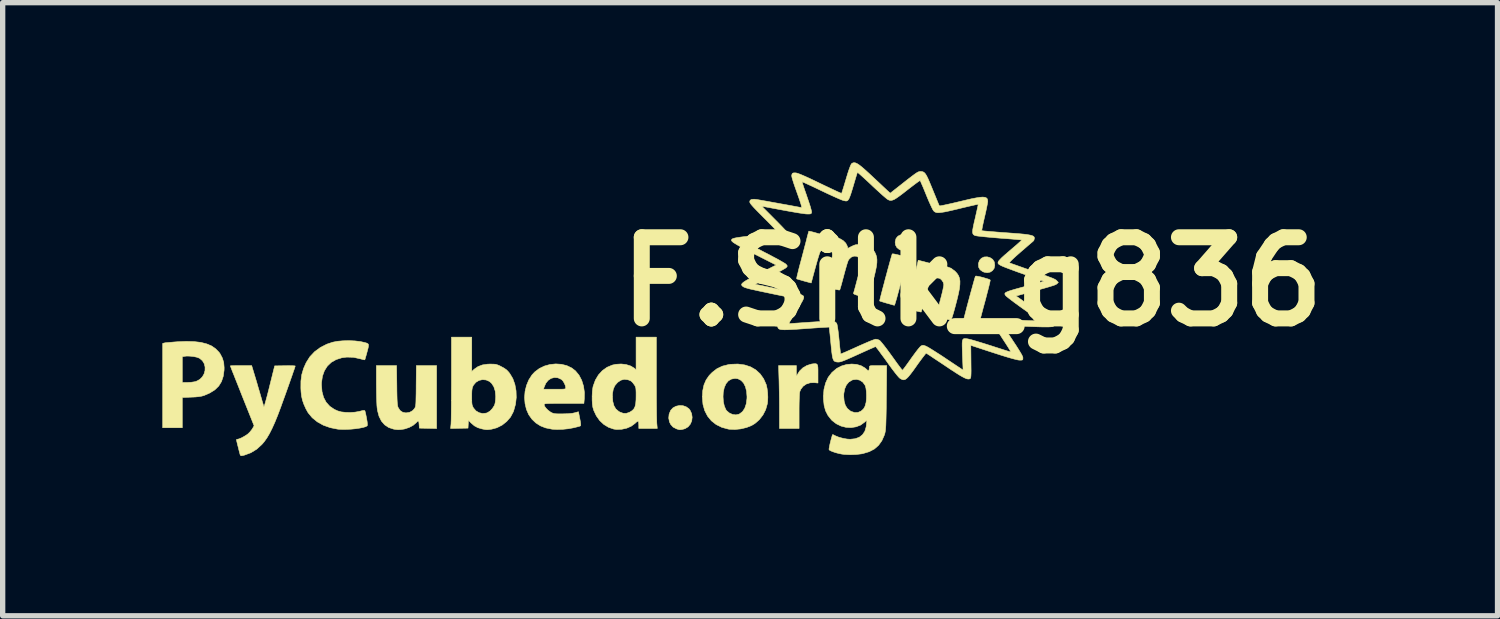
<source format=kicad_pcb>
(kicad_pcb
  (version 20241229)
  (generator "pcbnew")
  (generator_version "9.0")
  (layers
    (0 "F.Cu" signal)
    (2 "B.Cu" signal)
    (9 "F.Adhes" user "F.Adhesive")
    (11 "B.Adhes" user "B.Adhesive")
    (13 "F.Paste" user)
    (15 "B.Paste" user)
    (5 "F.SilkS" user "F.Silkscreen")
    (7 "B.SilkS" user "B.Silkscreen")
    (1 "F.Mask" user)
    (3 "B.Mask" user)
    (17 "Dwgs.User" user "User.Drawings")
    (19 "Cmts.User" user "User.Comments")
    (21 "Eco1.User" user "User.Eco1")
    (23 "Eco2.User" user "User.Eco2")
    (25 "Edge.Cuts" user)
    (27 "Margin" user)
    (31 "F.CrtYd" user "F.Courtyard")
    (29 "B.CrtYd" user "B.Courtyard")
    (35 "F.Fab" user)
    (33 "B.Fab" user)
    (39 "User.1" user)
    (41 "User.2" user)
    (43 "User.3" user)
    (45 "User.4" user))
  (footprint "F.Silk_g836"
    (layer "F.Cu")
    (at 15.207 2.24)
    (property "Reference" "F.Silk_g836" (at 0 0 0) (layer "F.SilkS") (effects (font (size 1.524 1.524) (thickness 0.3))))
    (attr through_hole)
    (fp_poly (pts (xy -1.242 -0.877) (xy -1.194 -0.852) (xy -1.157 -0.811) (xy -1.148 -0.792) (xy -1.135 -0.734) (xy -1.143 -0.681) (xy -1.17 -0.637) (xy -1.21 -0.605) (xy -1.261 -0.588) (xy -1.319 -0.588) (xy -1.369 -0.605) (xy -1.413 -0.64) (xy -1.44 -0.689) (xy -1.447 -0.745) (xy -1.433 -0.803) (xy -1.429 -0.813) (xy -1.394 -0.855) (xy -1.348 -0.879) (xy -1.295 -0.887) (xy -1.242 -0.877)) (stroke (width 0.01) (type solid)) (fill yes) (layer "F.SilkS"))
    (fp_poly (pts (xy 0.333 -0.453) (xy 0.384 -0.42) (xy 0.415 -0.371) (xy 0.424 -0.309) (xy 0.424 -0.308) (xy 0.412 -0.251) (xy 0.381 -0.208) (xy 0.337 -0.18) (xy 0.282 -0.169) (xy 0.223 -0.179) (xy 0.195 -0.191) (xy 0.147 -0.226) (xy 0.121 -0.272) (xy 0.117 -0.333) (xy 0.118 -0.345) (xy 0.137 -0.4) (xy 0.173 -0.44) (xy 0.222 -0.464) (xy 0.28 -0.467) (xy 0.333 -0.453)) (stroke (width 0.01) (type solid)) (fill yes) (layer "F.SilkS"))
    (fp_poly (pts (xy -5.433 2.328) (xy -5.372 2.349) (xy -5.32 2.386) (xy -5.3 2.411) (xy -5.269 2.477) (xy -5.259 2.546) (xy -5.267 2.613) (xy -5.293 2.674) (xy -5.335 2.725) (xy -5.391 2.759) (xy -5.416 2.767) (xy -5.459 2.777) (xy -5.49 2.78) (xy -5.52 2.774) (xy -5.554 2.763) (xy -5.617 2.73) (xy -5.662 2.68) (xy -5.685 2.633) (xy -5.699 2.562) (xy -5.692 2.488) (xy -5.664 2.42) (xy -5.663 2.417) (xy -5.62 2.37) (xy -5.563 2.339) (xy -5.499 2.325) (xy -5.433 2.328)) (stroke (width 0.01) (type solid)) (fill yes) (layer "F.SilkS"))
    (fp_poly (pts (xy -2.916 1.549) (xy -2.904 1.569) (xy -2.898 1.604) (xy -2.896 1.659) (xy -2.896 1.728) (xy -2.896 1.903) (xy -2.965 1.896) (xy -3.045 1.899) (xy -3.116 1.922) (xy -3.176 1.964) (xy -3.219 2.021) (xy -3.238 2.067) (xy -3.242 2.094) (xy -3.245 2.143) (xy -3.248 2.21) (xy -3.25 2.291) (xy -3.251 2.384) (xy -3.251 2.435) (xy -3.251 2.756) (xy -3.619 2.756) (xy -3.62 2.423) (xy -3.62 2.314) (xy -3.621 2.196) (xy -3.623 2.077) (xy -3.625 1.965) (xy -3.627 1.867) (xy -3.628 1.832) (xy -3.636 1.575) (xy -3.302 1.575) (xy -3.302 1.68) (xy -3.301 1.73) (xy -3.3 1.758) (xy -3.296 1.767) (xy -3.29 1.759) (xy -3.284 1.745) (xy -3.241 1.677) (xy -3.18 1.618) (xy -3.105 1.574) (xy -3.024 1.548) (xy -3.009 1.545) (xy -2.966 1.54) (xy -2.936 1.54) (xy -2.916 1.549)) (stroke (width 0.01) (type solid)) (fill yes) (layer "F.SilkS"))
    (fp_poly (pts (xy 0.111 -0.1) (xy 0.156 -0.091) (xy 0.207 -0.078) (xy 0.256 -0.063) (xy 0.299 -0.05) (xy 0.329 -0.038) (xy 0.339 -0.03) (xy 0.337 -0.015) (xy 0.329 0.022) (xy 0.316 0.077) (xy 0.298 0.149) (xy 0.276 0.233) (xy 0.252 0.327) (xy 0.229 0.411) (xy 0.202 0.51) (xy 0.178 0.602) (xy 0.156 0.684) (xy 0.138 0.751) (xy 0.125 0.802) (xy 0.117 0.834) (xy 0.114 0.844) (xy 0.103 0.85) (xy 0.068 0.847) (xy 0.01 0.834) (xy -0.057 0.817) (xy -0.107 0.802) (xy -0.147 0.79) (xy -0.171 0.783) (xy -0.176 0.781) (xy -0.174 0.768) (xy -0.166 0.734) (xy -0.153 0.682) (xy -0.136 0.616) (xy -0.116 0.539) (xy -0.094 0.454) (xy -0.07 0.365) (xy -0.046 0.274) (xy -0.022 0.187) (xy 0.001 0.104) (xy 0.021 0.031) (xy 0.038 -0.029) (xy 0.051 -0.074) (xy 0.06 -0.1) (xy 0.062 -0.104) (xy 0.077 -0.106) (xy 0.111 -0.1)) (stroke (width 0.01) (type solid)) (fill yes) (layer "F.SilkS"))
    (fp_poly (pts (xy -1.453 -0.518) (xy -1.409 -0.508) (xy -1.358 -0.496) (xy -1.309 -0.483) (xy -1.265 -0.47) (xy -1.235 -0.46) (xy -1.224 -0.454) (xy -1.226 -0.44) (xy -1.233 -0.406) (xy -1.245 -0.354) (xy -1.261 -0.287) (xy -1.281 -0.209) (xy -1.302 -0.124) (xy -1.326 -0.034) (xy -1.35 0.056) (xy -1.373 0.145) (xy -1.396 0.228) (xy -1.416 0.302) (xy -1.434 0.364) (xy -1.448 0.41) (xy -1.457 0.437) (xy -1.46 0.443) (xy -1.474 0.44) (xy -1.508 0.431) (xy -1.555 0.417) (xy -1.6 0.405) (xy -1.654 0.389) (xy -1.699 0.375) (xy -1.728 0.366) (xy -1.738 0.362) (xy -1.736 0.349) (xy -1.728 0.315) (xy -1.715 0.263) (xy -1.698 0.197) (xy -1.678 0.12) (xy -1.655 0.035) (xy -1.632 -0.054) (xy -1.607 -0.145) (xy -1.584 -0.232) (xy -1.561 -0.315) (xy -1.541 -0.388) (xy -1.524 -0.448) (xy -1.511 -0.493) (xy -1.503 -0.519) (xy -1.5 -0.523) (xy -1.486 -0.523) (xy -1.453 -0.518)) (stroke (width 0.01) (type solid)) (fill yes) (layer "F.SilkS"))
    (fp_poly (pts (xy -14.611 1.125) (xy -14.484 1.14) (xy -14.375 1.168) (xy -14.283 1.207) (xy -14.207 1.26) (xy -14.144 1.325) (xy -14.125 1.351) (xy -14.082 1.432) (xy -14.056 1.517) (xy -14.048 1.614) (xy -14.049 1.662) (xy -14.065 1.777) (xy -14.098 1.876) (xy -14.15 1.96) (xy -14.223 2.031) (xy -14.318 2.09) (xy -14.423 2.136) (xy -14.468 2.149) (xy -14.522 2.158) (xy -14.591 2.165) (xy -14.665 2.168) (xy -14.834 2.175) (xy -14.834 2.743) (xy -15.202 2.743) (xy -15.202 1.41) (xy -14.834 1.41) (xy -14.834 1.892) (xy -14.734 1.892) (xy -14.669 1.889) (xy -14.608 1.88) (xy -14.575 1.872) (xy -14.509 1.838) (xy -14.459 1.79) (xy -14.425 1.732) (xy -14.407 1.668) (xy -14.406 1.602) (xy -14.422 1.539) (xy -14.456 1.483) (xy -14.508 1.439) (xy -14.521 1.433) (xy -14.565 1.417) (xy -14.624 1.405) (xy -14.69 1.398) (xy -14.751 1.396) (xy -14.799 1.402) (xy -14.801 1.402) (xy -14.834 1.41) (xy -15.202 1.41) (xy -15.202 1.159) (xy -15.173 1.151) (xy -15.152 1.147) (xy -15.109 1.143) (xy -15.051 1.138) (xy -14.982 1.132) (xy -14.927 1.128) (xy -14.758 1.121) (xy -14.611 1.125)) (stroke (width 0.01) (type solid)) (fill yes) (layer "F.SilkS"))
    (fp_poly (pts (xy -10.805 1.946) (xy -10.804 2.058) (xy -10.802 2.147) (xy -10.8 2.216) (xy -10.797 2.269) (xy -10.793 2.308) (xy -10.789 2.336) (xy -10.783 2.356) (xy -10.78 2.363) (xy -10.744 2.419) (xy -10.695 2.452) (xy -10.634 2.464) (xy -10.634 2.464) (xy -10.565 2.453) (xy -10.509 2.422) (xy -10.475 2.385) (xy -10.467 2.372) (xy -10.46 2.359) (xy -10.455 2.343) (xy -10.451 2.32) (xy -10.448 2.287) (xy -10.446 2.243) (xy -10.445 2.182) (xy -10.443 2.104) (xy -10.442 2.004) (xy -10.442 1.959) (xy -10.438 1.575) (xy -10.058 1.575) (xy -10.058 2.757) (xy -10.382 2.75) (xy -10.386 2.692) (xy -10.39 2.645) (xy -10.396 2.62) (xy -10.408 2.616) (xy -10.426 2.632) (xy -10.438 2.645) (xy -10.496 2.695) (xy -10.571 2.736) (xy -10.655 2.764) (xy -10.674 2.768) (xy -10.734 2.777) (xy -10.783 2.779) (xy -10.833 2.774) (xy -10.867 2.768) (xy -10.958 2.738) (xy -11.033 2.688) (xy -11.094 2.618) (xy -11.139 2.528) (xy -11.168 2.419) (xy -11.175 2.368) (xy -11.179 2.324) (xy -11.182 2.259) (xy -11.185 2.179) (xy -11.187 2.088) (xy -11.188 1.991) (xy -11.189 1.915) (xy -11.189 1.575) (xy -10.81 1.575) (xy -10.805 1.946)) (stroke (width 0.01) (type solid)) (fill yes) (layer "F.SilkS"))
    (fp_poly (pts (xy -4.275 1.563) (xy -4.163 1.599) (xy -4.065 1.655) (xy -3.983 1.73) (xy -3.917 1.823) (xy -3.868 1.933) (xy -3.866 1.941) (xy -3.852 2.005) (xy -3.842 2.083) (xy -3.838 2.167) (xy -3.841 2.244) (xy -3.847 2.292) (xy -3.878 2.402) (xy -3.93 2.503) (xy -3.999 2.592) (xy -4.082 2.664) (xy -4.14 2.699) (xy -4.237 2.738) (xy -4.346 2.764) (xy -4.456 2.775) (xy -4.559 2.771) (xy -4.58 2.768) (xy -4.702 2.735) (xy -4.809 2.682) (xy -4.898 2.612) (xy -4.97 2.524) (xy -5.023 2.421) (xy -5.056 2.304) (xy -5.067 2.174) (xy -5.067 2.168) (xy -5.067 2.159) (xy -4.679 2.159) (xy -4.673 2.254) (xy -4.655 2.335) (xy -4.627 2.4) (xy -4.612 2.422) (xy -4.56 2.466) (xy -4.5 2.493) (xy -4.437 2.501) (xy -4.377 2.487) (xy -4.37 2.483) (xy -4.313 2.44) (xy -4.271 2.377) (xy -4.243 2.294) (xy -4.23 2.195) (xy -4.229 2.159) (xy -4.237 2.057) (xy -4.259 1.971) (xy -4.294 1.902) (xy -4.341 1.853) (xy -4.399 1.823) (xy -4.452 1.816) (xy -4.52 1.828) (xy -4.578 1.861) (xy -4.623 1.915) (xy -4.656 1.988) (xy -4.675 2.078) (xy -4.679 2.159) (xy -5.067 2.159) (xy -5.06 2.045) (xy -5.037 1.938) (xy -4.997 1.845) (xy -4.938 1.76) (xy -4.882 1.703) (xy -4.793 1.634) (xy -4.692 1.586) (xy -4.578 1.557) (xy -4.537 1.551) (xy -4.4 1.546) (xy -4.275 1.563)) (stroke (width 0.01) (type solid)) (fill yes) (layer "F.SilkS"))
    (fp_poly (pts (xy -13.463 1.8) (xy -13.437 1.886) (xy -13.411 1.977) (xy -13.385 2.064) (xy -13.363 2.14) (xy -13.352 2.178) (xy -13.335 2.238) (xy -13.319 2.29) (xy -13.308 2.329) (xy -13.302 2.349) (xy -13.302 2.349) (xy -13.297 2.342) (xy -13.287 2.313) (xy -13.273 2.265) (xy -13.255 2.2) (xy -13.234 2.122) (xy -13.211 2.032) (xy -13.197 1.975) (xy -13.099 1.581) (xy -12.906 1.578) (xy -12.839 1.577) (xy -12.782 1.578) (xy -12.74 1.579) (xy -12.716 1.582) (xy -12.713 1.583) (xy -12.717 1.598) (xy -12.728 1.633) (xy -12.747 1.686) (xy -12.77 1.754) (xy -12.798 1.834) (xy -12.829 1.922) (xy -12.862 2.015) (xy -12.896 2.111) (xy -12.931 2.207) (xy -12.964 2.298) (xy -12.982 2.349) (xy -13.041 2.506) (xy -13.096 2.641) (xy -13.148 2.756) (xy -13.197 2.853) (xy -13.246 2.936) (xy -13.296 3.006) (xy -13.338 3.055) (xy -13.436 3.145) (xy -13.546 3.212) (xy -13.667 3.257) (xy -13.691 3.263) (xy -13.723 3.269) (xy -13.739 3.264) (xy -13.749 3.245) (xy -13.753 3.228) (xy -13.769 3.168) (xy -13.784 3.107) (xy -13.798 3.052) (xy -13.809 3.006) (xy -13.816 2.976) (xy -13.818 2.967) (xy -13.807 2.96) (xy -13.798 2.959) (xy -13.769 2.952) (xy -13.727 2.935) (xy -13.68 2.91) (xy -13.633 2.882) (xy -13.599 2.857) (xy -13.562 2.82) (xy -13.527 2.776) (xy -13.518 2.762) (xy -13.485 2.706) (xy -13.709 2.146) (xy -13.753 2.034) (xy -13.795 1.928) (xy -13.833 1.833) (xy -13.866 1.749) (xy -13.894 1.68) (xy -13.914 1.627) (xy -13.927 1.593) (xy -13.932 1.581) (xy -13.92 1.579) (xy -13.887 1.577) (xy -13.837 1.576) (xy -13.774 1.575) (xy -13.732 1.575) (xy -13.531 1.575) (xy -13.463 1.8)) (stroke (width 0.01) (type solid)) (fill yes) (layer "F.SilkS"))
    (fp_poly (pts (xy -11.593 1.112) (xy -11.49 1.124) (xy -11.405 1.143) (xy -11.371 1.153) (xy -11.349 1.164) (xy -11.338 1.179) (xy -11.337 1.205) (xy -11.344 1.244) (xy -11.359 1.302) (xy -11.364 1.32) (xy -11.379 1.376) (xy -11.393 1.423) (xy -11.402 1.455) (xy -11.407 1.467) (xy -11.421 1.466) (xy -11.452 1.459) (xy -11.488 1.449) (xy -11.618 1.42) (xy -11.745 1.416) (xy -11.836 1.428) (xy -11.944 1.462) (xy -12.036 1.514) (xy -12.11 1.585) (xy -12.165 1.672) (xy -12.202 1.775) (xy -12.219 1.893) (xy -12.22 1.94) (xy -12.21 2.064) (xy -12.181 2.172) (xy -12.133 2.263) (xy -12.065 2.339) (xy -11.978 2.398) (xy -11.914 2.427) (xy -11.849 2.445) (xy -11.767 2.454) (xy -11.678 2.456) (xy -11.59 2.45) (xy -11.51 2.436) (xy -11.495 2.432) (xy -11.449 2.42) (xy -11.421 2.417) (xy -11.407 2.422) (xy -11.405 2.424) (xy -11.399 2.443) (xy -11.39 2.48) (xy -11.38 2.53) (xy -11.373 2.566) (xy -11.362 2.631) (xy -11.358 2.675) (xy -11.359 2.7) (xy -11.363 2.707) (xy -11.391 2.723) (xy -11.44 2.737) (xy -11.504 2.75) (xy -11.579 2.761) (xy -11.66 2.769) (xy -11.743 2.773) (xy -11.822 2.774) (xy -11.893 2.771) (xy -11.915 2.769) (xy -12.056 2.741) (xy -12.185 2.695) (xy -12.298 2.632) (xy -12.394 2.554) (xy -12.471 2.461) (xy -12.512 2.388) (xy -12.55 2.303) (xy -12.576 2.229) (xy -12.593 2.155) (xy -12.603 2.072) (xy -12.607 2) (xy -12.606 1.866) (xy -12.59 1.745) (xy -12.556 1.629) (xy -12.508 1.521) (xy -12.439 1.411) (xy -12.35 1.316) (xy -12.242 1.236) (xy -12.119 1.173) (xy -12.008 1.136) (xy -11.92 1.119) (xy -11.817 1.11) (xy -11.705 1.107) (xy -11.593 1.112)) (stroke (width 0.01) (type solid)) (fill yes) (layer "F.SilkS"))
    (fp_poly (pts (xy -5.931 1.801) (xy -5.931 1.941) (xy -5.93 2.076) (xy -5.93 2.203) (xy -5.929 2.32) (xy -5.928 2.424) (xy -5.927 2.513) (xy -5.925 2.584) (xy -5.924 2.634) (xy -5.923 2.659) (xy -5.914 2.756) (xy -6.261 2.756) (xy -6.261 2.7) (xy -6.263 2.651) (xy -6.269 2.625) (xy -6.284 2.622) (xy -6.309 2.639) (xy -6.332 2.661) (xy -6.402 2.713) (xy -6.486 2.75) (xy -6.58 2.771) (xy -6.675 2.775) (xy -6.73 2.768) (xy -6.828 2.735) (xy -6.917 2.681) (xy -6.995 2.608) (xy -7.059 2.518) (xy -7.107 2.416) (xy -7.124 2.358) (xy -7.133 2.299) (xy -7.137 2.224) (xy -7.137 2.152) (xy -6.756 2.152) (xy -6.749 2.25) (xy -6.728 2.329) (xy -6.692 2.39) (xy -6.639 2.435) (xy -6.617 2.448) (xy -6.554 2.471) (xy -6.497 2.473) (xy -6.437 2.453) (xy -6.426 2.447) (xy -6.384 2.42) (xy -6.353 2.388) (xy -6.332 2.346) (xy -6.319 2.29) (xy -6.313 2.216) (xy -6.312 2.146) (xy -6.312 2.079) (xy -6.314 2.031) (xy -6.317 1.998) (xy -6.324 1.974) (xy -6.334 1.953) (xy -6.345 1.936) (xy -6.378 1.892) (xy -6.408 1.865) (xy -6.446 1.848) (xy -6.468 1.841) (xy -6.535 1.833) (xy -6.598 1.85) (xy -6.659 1.891) (xy -6.662 1.895) (xy -6.71 1.951) (xy -6.74 2.017) (xy -6.754 2.098) (xy -6.756 2.152) (xy -7.137 2.152) (xy -7.137 2.142) (xy -7.133 2.061) (xy -7.124 1.992) (xy -7.118 1.962) (xy -7.077 1.849) (xy -7.019 1.751) (xy -6.945 1.67) (xy -6.857 1.607) (xy -6.759 1.566) (xy -6.69 1.551) (xy -6.592 1.545) (xy -6.499 1.556) (xy -6.416 1.582) (xy -6.35 1.621) (xy -6.34 1.629) (xy -6.312 1.655) (xy -6.312 1.041) (xy -5.931 1.041) (xy -5.931 1.801)) (stroke (width 0.01) (type solid)) (fill yes) (layer "F.SilkS"))
    (fp_poly (pts (xy -9.398 1.686) (xy -9.351 1.643) (xy -9.282 1.595) (xy -9.198 1.563) (xy -9.097 1.548) (xy -9.05 1.547) (xy -8.993 1.548) (xy -8.952 1.551) (xy -8.917 1.561) (xy -8.877 1.577) (xy -8.841 1.596) (xy -8.785 1.627) (xy -8.743 1.657) (xy -8.707 1.695) (xy -8.684 1.724) (xy -8.627 1.819) (xy -8.588 1.929) (xy -8.566 2.049) (xy -8.562 2.174) (xy -8.576 2.3) (xy -8.61 2.422) (xy -8.619 2.446) (xy -8.67 2.542) (xy -8.742 2.625) (xy -8.828 2.693) (xy -8.927 2.743) (xy -9.023 2.769) (xy -9.072 2.776) (xy -9.107 2.779) (xy -9.139 2.777) (xy -9.178 2.77) (xy -9.207 2.764) (xy -9.285 2.741) (xy -9.348 2.707) (xy -9.406 2.657) (xy -9.411 2.653) (xy -9.46 2.602) (xy -9.464 2.676) (xy -9.468 2.75) (xy -9.632 2.753) (xy -9.795 2.757) (xy -9.787 2.671) (xy -9.786 2.642) (xy -9.784 2.591) (xy -9.783 2.52) (xy -9.782 2.431) (xy -9.781 2.326) (xy -9.78 2.209) (xy -9.78 2.161) (xy -9.398 2.161) (xy -9.398 2.227) (xy -9.396 2.274) (xy -9.392 2.308) (xy -9.384 2.334) (xy -9.373 2.358) (xy -9.365 2.372) (xy -9.32 2.425) (xy -9.261 2.46) (xy -9.195 2.475) (xy -9.126 2.468) (xy -9.102 2.459) (xy -9.055 2.429) (xy -9.011 2.383) (xy -8.976 2.329) (xy -8.965 2.303) (xy -8.957 2.266) (xy -8.951 2.215) (xy -8.948 2.159) (xy -8.948 2.153) (xy -8.957 2.055) (xy -8.983 1.973) (xy -9.025 1.908) (xy -9.065 1.873) (xy -9.129 1.845) (xy -9.197 1.839) (xy -9.262 1.854) (xy -9.32 1.889) (xy -9.365 1.942) (xy -9.372 1.955) (xy -9.384 1.981) (xy -9.391 2.011) (xy -9.396 2.049) (xy -9.398 2.102) (xy -9.398 2.161) (xy -9.78 2.161) (xy -9.78 2.081) (xy -9.779 1.946) (xy -9.779 1.813) (xy -9.779 1.041) (xy -9.398 1.041) (xy -9.398 1.686)) (stroke (width 0.01) (type solid)) (fill yes) (layer "F.SilkS"))
    (fp_poly (pts (xy -7.715 1.551) (xy -7.613 1.576) (xy -7.521 1.62) (xy -7.451 1.674) (xy -7.384 1.755) (xy -7.333 1.852) (xy -7.299 1.962) (xy -7.282 2.081) (xy -7.284 2.194) (xy -7.292 2.286) (xy -7.666 2.286) (xy -7.773 2.286) (xy -7.857 2.286) (xy -7.921 2.287) (xy -7.969 2.288) (xy -8.001 2.29) (xy -8.022 2.293) (xy -8.033 2.298) (xy -8.038 2.303) (xy -8.039 2.31) (xy -8.039 2.311) (xy -8.029 2.34) (xy -8.003 2.376) (xy -7.966 2.413) (xy -7.923 2.445) (xy -7.907 2.455) (xy -7.882 2.467) (xy -7.855 2.475) (xy -7.822 2.48) (xy -7.776 2.482) (xy -7.711 2.482) (xy -7.696 2.482) (xy -7.59 2.479) (xy -7.508 2.471) (xy -7.466 2.462) (xy -7.394 2.442) (xy -7.369 2.57) (xy -7.357 2.633) (xy -7.352 2.675) (xy -7.353 2.699) (xy -7.358 2.708) (xy -7.376 2.715) (xy -7.413 2.725) (xy -7.461 2.737) (xy -7.48 2.742) (xy -7.582 2.761) (xy -7.69 2.772) (xy -7.795 2.775) (xy -7.888 2.77) (xy -7.898 2.768) (xy -8.012 2.745) (xy -8.108 2.707) (xy -8.193 2.653) (xy -8.265 2.585) (xy -8.327 2.499) (xy -8.371 2.399) (xy -8.397 2.29) (xy -8.406 2.176) (xy -8.397 2.061) (xy -8.387 2.019) (xy -8.05 2.019) (xy -7.841 2.019) (xy -7.764 2.019) (xy -7.709 2.019) (xy -7.672 2.017) (xy -7.649 2.014) (xy -7.638 2.009) (xy -7.634 2.001) (xy -7.633 1.991) (xy -7.641 1.949) (xy -7.662 1.902) (xy -7.688 1.86) (xy -7.714 1.835) (xy -7.779 1.805) (xy -7.845 1.799) (xy -7.907 1.815) (xy -7.962 1.851) (xy -8.007 1.907) (xy -8.039 1.981) (xy -8.04 1.984) (xy -8.05 2.019) (xy -8.387 2.019) (xy -8.37 1.949) (xy -8.327 1.845) (xy -8.267 1.751) (xy -8.215 1.695) (xy -8.13 1.631) (xy -8.033 1.584) (xy -7.929 1.555) (xy -7.821 1.544) (xy -7.715 1.551)) (stroke (width 0.01) (type solid)) (fill yes) (layer "F.SilkS"))
    (fp_poly (pts (xy -0.886 -0.37) (xy -0.76 -0.337) (xy -0.768 -0.282) (xy -0.771 -0.25) (xy -0.769 -0.232) (xy -0.766 -0.231) (xy -0.662 -0.273) (xy -0.566 -0.29) (xy -0.477 -0.283) (xy -0.396 -0.252) (xy -0.322 -0.196) (xy -0.317 -0.191) (xy -0.282 -0.152) (xy -0.256 -0.111) (xy -0.239 -0.066) (xy -0.23 -0.013) (xy -0.231 0.05) (xy -0.239 0.126) (xy -0.257 0.219) (xy -0.283 0.329) (xy -0.312 0.441) (xy -0.334 0.522) (xy -0.354 0.593) (xy -0.372 0.652) (xy -0.387 0.695) (xy -0.397 0.719) (xy -0.4 0.723) (xy -0.417 0.719) (xy -0.453 0.71) (xy -0.501 0.698) (xy -0.539 0.688) (xy -0.592 0.672) (xy -0.635 0.657) (xy -0.662 0.646) (xy -0.669 0.64) (xy -0.667 0.624) (xy -0.66 0.588) (xy -0.647 0.534) (xy -0.631 0.468) (xy -0.611 0.392) (xy -0.604 0.365) (xy -0.583 0.284) (xy -0.564 0.21) (xy -0.549 0.145) (xy -0.539 0.094) (xy -0.534 0.063) (xy -0.533 0.058) (xy -0.543 0.013) (xy -0.57 -0.028) (xy -0.599 -0.056) (xy -0.629 -0.067) (xy -0.665 -0.07) (xy -0.711 -0.065) (xy -0.745 -0.047) (xy -0.756 -0.038) (xy -0.771 -0.023) (xy -0.784 -0.009) (xy -0.794 0.008) (xy -0.805 0.031) (xy -0.817 0.063) (xy -0.83 0.109) (xy -0.848 0.17) (xy -0.87 0.252) (xy -0.882 0.298) (xy -0.903 0.377) (xy -0.922 0.446) (xy -0.938 0.503) (xy -0.95 0.544) (xy -0.957 0.566) (xy -0.958 0.569) (xy -0.972 0.568) (xy -1.003 0.561) (xy -1.047 0.551) (xy -1.097 0.538) (xy -1.147 0.525) (xy -1.191 0.512) (xy -1.222 0.502) (xy -1.235 0.497) (xy -1.234 0.483) (xy -1.227 0.447) (xy -1.215 0.394) (xy -1.198 0.325) (xy -1.178 0.243) (xy -1.155 0.153) (xy -1.144 0.114) (xy -1.118 0.017) (xy -1.094 -0.076) (xy -1.072 -0.16) (xy -1.053 -0.233) (xy -1.039 -0.289) (xy -1.03 -0.326) (xy -1.029 -0.332) (xy -1.013 -0.403) (xy -0.886 -0.37)) (stroke (width 0.01) (type solid)) (fill yes) (layer "F.SilkS"))
    (fp_poly (pts (xy -2.171 1.553) (xy -2.086 1.578) (xy -2.014 1.62) (xy -1.994 1.637) (xy -1.965 1.663) (xy -1.95 1.673) (xy -1.942 1.669) (xy -1.938 1.658) (xy -1.932 1.623) (xy -1.931 1.603) (xy -1.93 1.592) (xy -1.924 1.584) (xy -1.91 1.579) (xy -1.883 1.576) (xy -1.84 1.575) (xy -1.776 1.575) (xy -1.606 1.575) (xy -1.609 1.94) (xy -1.611 2.108) (xy -1.613 2.253) (xy -1.614 2.377) (xy -1.616 2.481) (xy -1.618 2.567) (xy -1.62 2.639) (xy -1.622 2.697) (xy -1.625 2.743) (xy -1.628 2.78) (xy -1.632 2.81) (xy -1.637 2.835) (xy -1.642 2.856) (xy -1.648 2.875) (xy -1.65 2.881) (xy -1.697 2.987) (xy -1.759 3.073) (xy -1.838 3.142) (xy -1.934 3.192) (xy -2.05 3.227) (xy -2.08 3.233) (xy -2.181 3.245) (xy -2.291 3.249) (xy -2.397 3.244) (xy -2.451 3.237) (xy -2.509 3.225) (xy -2.566 3.21) (xy -2.619 3.192) (xy -2.66 3.175) (xy -2.685 3.159) (xy -2.688 3.154) (xy -2.688 3.137) (xy -2.682 3.103) (xy -2.673 3.057) (xy -2.661 3.006) (xy -2.648 2.956) (xy -2.636 2.913) (xy -2.627 2.882) (xy -2.62 2.87) (xy -2.62 2.87) (xy -2.607 2.875) (xy -2.579 2.889) (xy -2.565 2.896) (xy -2.503 2.921) (xy -2.428 2.941) (xy -2.351 2.955) (xy -2.292 2.959) (xy -2.198 2.949) (xy -2.12 2.921) (xy -2.06 2.874) (xy -2.016 2.809) (xy -1.991 2.725) (xy -1.986 2.684) (xy -1.978 2.597) (xy -2.021 2.638) (xy -2.095 2.692) (xy -2.181 2.725) (xy -2.274 2.74) (xy -2.369 2.735) (xy -2.463 2.711) (xy -2.552 2.668) (xy -2.631 2.607) (xy -2.647 2.59) (xy -2.709 2.511) (xy -2.754 2.423) (xy -2.781 2.322) (xy -2.793 2.206) (xy -2.794 2.16) (xy -2.793 2.145) (xy -2.413 2.145) (xy -2.405 2.242) (xy -2.383 2.321) (xy -2.344 2.382) (xy -2.288 2.428) (xy -2.273 2.436) (xy -2.209 2.457) (xy -2.145 2.455) (xy -2.088 2.431) (xy -2.084 2.428) (xy -2.041 2.389) (xy -2.013 2.34) (xy -1.995 2.275) (xy -1.992 2.26) (xy -1.986 2.197) (xy -1.985 2.127) (xy -1.988 2.058) (xy -1.996 1.997) (xy -2.009 1.952) (xy -2.012 1.945) (xy -2.054 1.887) (xy -2.109 1.85) (xy -2.172 1.834) (xy -2.239 1.842) (xy -2.255 1.847) (xy -2.316 1.884) (xy -2.363 1.94) (xy -2.395 2.014) (xy -2.411 2.103) (xy -2.413 2.145) (xy -2.793 2.145) (xy -2.784 2.024) (xy -2.753 1.903) (xy -2.704 1.796) (xy -2.635 1.706) (xy -2.548 1.632) (xy -2.539 1.626) (xy -2.452 1.582) (xy -2.359 1.555) (xy -2.263 1.546) (xy -2.171 1.553)) (stroke (width 0.01) (type solid)) (fill yes) (layer "F.SilkS"))
    (fp_poly (pts (xy -3.057 -0.948) (xy -3.024 -0.941) (xy -2.971 -0.927) (xy -2.897 -0.906) (xy -2.829 -0.887) (xy -2.844 -0.779) (xy -2.782 -0.81) (xy -2.71 -0.834) (xy -2.633 -0.841) (xy -2.556 -0.832) (xy -2.484 -0.808) (xy -2.422 -0.771) (xy -2.374 -0.723) (xy -2.345 -0.666) (xy -2.343 -0.66) (xy -2.335 -0.627) (xy -2.263 -0.664) (xy -2.224 -0.682) (xy -2.192 -0.693) (xy -2.156 -0.697) (xy -2.109 -0.697) (xy -2.087 -0.696) (xy -1.999 -0.685) (xy -1.929 -0.66) (xy -1.875 -0.619) (xy -1.833 -0.56) (xy -1.826 -0.547) (xy -1.807 -0.504) (xy -1.794 -0.46) (xy -1.789 -0.412) (xy -1.79 -0.356) (xy -1.798 -0.289) (xy -1.814 -0.208) (xy -1.837 -0.109) (xy -1.868 0.011) (xy -1.869 0.014) (xy -1.895 0.11) (xy -1.916 0.184) (xy -1.933 0.238) (xy -1.946 0.274) (xy -1.957 0.295) (xy -1.965 0.303) (xy -1.967 0.303) (xy -1.988 0.3) (xy -2.026 0.291) (xy -2.077 0.278) (xy -2.112 0.269) (xy -2.175 0.25) (xy -2.214 0.235) (xy -2.229 0.222) (xy -2.229 0.219) (xy -2.225 0.203) (xy -2.214 0.166) (xy -2.199 0.111) (xy -2.181 0.044) (xy -2.161 -0.033) (xy -2.152 -0.066) (xy -2.126 -0.166) (xy -2.106 -0.246) (xy -2.094 -0.308) (xy -2.089 -0.354) (xy -2.09 -0.389) (xy -2.097 -0.416) (xy -2.111 -0.437) (xy -2.128 -0.454) (xy -2.172 -0.478) (xy -2.221 -0.48) (xy -2.269 -0.462) (xy -2.31 -0.425) (xy -2.329 -0.396) (xy -2.337 -0.373) (xy -2.351 -0.331) (xy -2.368 -0.272) (xy -2.388 -0.202) (xy -2.409 -0.124) (xy -2.413 -0.108) (xy -2.434 -0.031) (xy -2.452 0.037) (xy -2.468 0.093) (xy -2.48 0.133) (xy -2.487 0.154) (xy -2.488 0.155) (xy -2.503 0.156) (xy -2.535 0.15) (xy -2.579 0.141) (xy -2.629 0.129) (xy -2.678 0.117) (xy -2.721 0.104) (xy -2.75 0.094) (xy -2.759 0.09) (xy -2.758 0.076) (xy -2.752 0.041) (xy -2.74 -0.011) (xy -2.724 -0.076) (xy -2.705 -0.151) (xy -2.698 -0.178) (xy -2.67 -0.281) (xy -2.65 -0.364) (xy -2.636 -0.427) (xy -2.628 -0.476) (xy -2.626 -0.514) (xy -2.63 -0.542) (xy -2.639 -0.564) (xy -2.649 -0.579) (xy -2.688 -0.613) (xy -2.735 -0.626) (xy -2.784 -0.619) (xy -2.828 -0.593) (xy -2.852 -0.566) (xy -2.862 -0.545) (xy -2.876 -0.504) (xy -2.895 -0.443) (xy -2.919 -0.36) (xy -2.948 -0.256) (xy -2.983 -0.128) (xy -3.009 -0.03) (xy -3.023 0.024) (xy -3.157 -0.012) (xy -3.212 -0.028) (xy -3.257 -0.041) (xy -3.287 -0.05) (xy -3.297 -0.055) (xy -3.296 -0.068) (xy -3.289 -0.103) (xy -3.276 -0.155) (xy -3.26 -0.222) (xy -3.24 -0.3) (xy -3.221 -0.37) (xy -3.196 -0.464) (xy -3.171 -0.558) (xy -3.148 -0.647) (xy -3.127 -0.725) (xy -3.111 -0.788) (xy -3.105 -0.813) (xy -3.091 -0.867) (xy -3.079 -0.911) (xy -3.071 -0.94) (xy -3.068 -0.949) (xy -3.057 -0.948)) (stroke (width 0.01) (type solid)) (fill yes) (layer "F.SilkS"))
    (fp_poly (pts (xy -2.195 -2.232) (xy -2.163 -2.219) (xy -2.124 -2.194) (xy -2.075 -2.156) (xy -2.015 -2.104) (xy -1.94 -2.036) (xy -1.861 -1.962) (xy -1.792 -1.898) (xy -1.728 -1.838) (xy -1.671 -1.784) (xy -1.625 -1.741) (xy -1.591 -1.709) (xy -1.573 -1.693) (xy -1.539 -1.662) (xy -1.332 -1.825) (xy -1.245 -1.894) (xy -1.175 -1.948) (xy -1.12 -1.99) (xy -1.078 -2.021) (xy -1.046 -2.043) (xy -1.022 -2.057) (xy -1.003 -2.065) (xy -0.987 -2.069) (xy -0.971 -2.07) (xy -0.966 -2.07) (xy -0.941 -2.068) (xy -0.919 -2.061) (xy -0.898 -2.047) (xy -0.877 -2.023) (xy -0.855 -1.987) (xy -0.83 -1.936) (xy -0.8 -1.867) (xy -0.763 -1.778) (xy -0.742 -1.727) (xy -0.709 -1.646) (xy -0.679 -1.573) (xy -0.654 -1.511) (xy -0.634 -1.463) (xy -0.621 -1.433) (xy -0.617 -1.424) (xy -0.604 -1.424) (xy -0.569 -1.43) (xy -0.515 -1.441) (xy -0.446 -1.456) (xy -0.366 -1.474) (xy -0.276 -1.495) (xy -0.251 -1.501) (xy -0.121 -1.532) (xy -0.013 -1.557) (xy 0.075 -1.574) (xy 0.145 -1.585) (xy 0.198 -1.589) (xy 0.237 -1.585) (xy 0.264 -1.575) (xy 0.281 -1.559) (xy 0.289 -1.535) (xy 0.292 -1.506) (xy 0.289 -1.483) (xy 0.281 -1.44) (xy 0.269 -1.38) (xy 0.254 -1.309) (xy 0.236 -1.231) (xy 0.233 -1.218) (xy 0.215 -1.141) (xy 0.2 -1.073) (xy 0.189 -1.018) (xy 0.182 -0.979) (xy 0.18 -0.96) (xy 0.18 -0.959) (xy 0.194 -0.956) (xy 0.23 -0.952) (xy 0.286 -0.947) (xy 0.358 -0.941) (xy 0.444 -0.934) (xy 0.541 -0.926) (xy 0.63 -0.92) (xy 0.762 -0.91) (xy 0.87 -0.902) (xy 0.957 -0.894) (xy 1.026 -0.886) (xy 1.078 -0.877) (xy 1.116 -0.868) (xy 1.142 -0.858) (xy 1.157 -0.847) (xy 1.166 -0.833) (xy 1.168 -0.816) (xy 1.168 -0.812) (xy 1.157 -0.773) (xy 1.138 -0.754) (xy 1.12 -0.739) (xy 1.086 -0.71) (xy 1.039 -0.67) (xy 0.983 -0.621) (xy 0.921 -0.568) (xy 0.897 -0.547) (xy 0.821 -0.48) (xy 0.763 -0.426) (xy 0.723 -0.387) (xy 0.703 -0.363) (xy 0.702 -0.354) (xy 0.717 -0.348) (xy 0.754 -0.334) (xy 0.808 -0.315) (xy 0.876 -0.291) (xy 0.954 -0.263) (xy 1.029 -0.237) (xy 1.155 -0.193) (xy 1.26 -0.156) (xy 1.346 -0.126) (xy 1.414 -0.101) (xy 1.467 -0.081) (xy 1.507 -0.066) (xy 1.536 -0.053) (xy 1.557 -0.042) (xy 1.572 -0.033) (xy 1.583 -0.024) (xy 1.588 -0.018) (xy 1.618 0.013) (xy 1.592 0.039) (xy 1.584 0.045) (xy 1.573 0.052) (xy 1.555 0.06) (xy 1.529 0.07) (xy 1.493 0.081) (xy 1.445 0.096) (xy 1.383 0.114) (xy 1.305 0.136) (xy 1.21 0.162) (xy 1.096 0.194) (xy 0.959 0.231) (xy 0.872 0.255) (xy 0.824 0.268) (xy 1.139 0.491) (xy 1.249 0.569) (xy 1.34 0.635) (xy 1.412 0.689) (xy 1.466 0.733) (xy 1.504 0.768) (xy 1.527 0.795) (xy 1.537 0.815) (xy 1.534 0.829) (xy 1.52 0.839) (xy 1.508 0.843) (xy 1.475 0.847) (xy 1.418 0.85) (xy 1.338 0.85) (xy 1.235 0.847) (xy 1.112 0.843) (xy 0.969 0.837) (xy 0.895 0.833) (xy 0.808 0.829) (xy 0.73 0.825) (xy 0.665 0.822) (xy 0.615 0.819) (xy 0.584 0.818) (xy 0.575 0.818) (xy 0.581 0.829) (xy 0.6 0.858) (xy 0.629 0.902) (xy 0.666 0.96) (xy 0.711 1.028) (xy 0.761 1.103) (xy 0.762 1.105) (xy 0.823 1.197) (xy 0.87 1.271) (xy 0.905 1.328) (xy 0.93 1.371) (xy 0.945 1.402) (xy 0.952 1.424) (xy 0.952 1.432) (xy 0.951 1.457) (xy 0.943 1.469) (xy 0.922 1.473) (xy 0.89 1.473) (xy 0.862 1.47) (xy 0.814 1.459) (xy 0.748 1.442) (xy 0.662 1.417) (xy 0.554 1.384) (xy 0.426 1.343) (xy 0.275 1.294) (xy 0.102 1.237) (xy 0.028 1.213) (xy -0.026 1.195) (xy -0.023 1.501) (xy -0.022 1.598) (xy -0.021 1.673) (xy -0.022 1.728) (xy -0.024 1.768) (xy -0.027 1.794) (xy -0.031 1.809) (xy -0.037 1.818) (xy -0.039 1.82) (xy -0.056 1.827) (xy -0.077 1.828) (xy -0.104 1.823) (xy -0.138 1.809) (xy -0.183 1.786) (xy -0.24 1.753) (xy -0.311 1.708) (xy -0.399 1.651) (xy -0.505 1.58) (xy -0.506 1.579) (xy -0.59 1.523) (xy -0.667 1.472) (xy -0.735 1.427) (xy -0.791 1.389) (xy -0.833 1.362) (xy -0.858 1.346) (xy -0.865 1.342) (xy -0.874 1.351) (xy -0.896 1.379) (xy -0.929 1.421) (xy -0.969 1.475) (xy -1.016 1.539) (xy -1.047 1.583) (xy -1.108 1.669) (xy -1.158 1.735) (xy -1.198 1.784) (xy -1.231 1.817) (xy -1.259 1.836) (xy -1.285 1.843) (xy -1.31 1.839) (xy -1.337 1.827) (xy -1.354 1.817) (xy -1.374 1.799) (xy -1.407 1.762) (xy -1.45 1.708) (xy -1.503 1.639) (xy -1.563 1.557) (xy -1.599 1.506) (xy -1.653 1.431) (xy -1.703 1.364) (xy -1.745 1.306) (xy -1.779 1.261) (xy -1.803 1.231) (xy -1.814 1.219) (xy -1.815 1.219) (xy -1.829 1.224) (xy -1.862 1.239) (xy -1.913 1.261) (xy -1.978 1.29) (xy -2.053 1.324) (xy -2.137 1.362) (xy -2.146 1.366) (xy -2.243 1.41) (xy -2.32 1.444) (xy -2.38 1.47) (xy -2.426 1.488) (xy -2.46 1.5) (xy -2.487 1.507) (xy -2.509 1.509) (xy -2.525 1.509) (xy -2.553 1.506) (xy -2.576 1.499) (xy -2.594 1.487) (xy -2.608 1.465) (xy -2.62 1.431) (xy -2.629 1.383) (xy -2.638 1.317) (xy -2.647 1.231) (xy -2.655 1.149) (xy -2.663 1.066) (xy -2.67 0.992) (xy -2.677 0.93) (xy -2.682 0.884) (xy -2.685 0.858) (xy -2.686 0.853) (xy -2.699 0.853) (xy -2.734 0.855) (xy -2.788 0.858) (xy -2.858 0.862) (xy -2.94 0.868) (xy -3.031 0.874) (xy -3.044 0.875) (xy -3.182 0.885) (xy -3.297 0.893) (xy -3.391 0.898) (xy -3.466 0.902) (xy -3.524 0.903) (xy -3.569 0.901) (xy -3.601 0.897) (xy -3.623 0.89) (xy -3.637 0.881) (xy -3.645 0.869) (xy -3.651 0.854) (xy -3.652 0.85) (xy -3.654 0.838) (xy -3.655 0.827) (xy -3.653 0.815) (xy -3.647 0.798) (xy -3.635 0.775) (xy -3.616 0.741) (xy -3.588 0.696) (xy -3.55 0.635) (xy -3.501 0.557) (xy -3.476 0.517) (xy -3.437 0.454) (xy -3.403 0.398) (xy -3.376 0.354) (xy -3.36 0.324) (xy -3.354 0.312) (xy -3.354 0.312) (xy -3.368 0.309) (xy -3.402 0.301) (xy -3.455 0.289) (xy -3.523 0.275) (xy -3.603 0.258) (xy -3.683 0.242) (xy -3.82 0.213) (xy -3.935 0.189) (xy -4.029 0.169) (xy -4.105 0.152) (xy -4.165 0.139) (xy -4.21 0.127) (xy -4.245 0.117) (xy -4.269 0.109) (xy -4.287 0.101) (xy -4.297 0.096) (xy -4.318 0.08) (xy -4.329 0.065) (xy -4.331 0.049) (xy -4.319 0.031) (xy -4.294 0.009) (xy -4.253 -0.018) (xy -4.194 -0.052) (xy -4.116 -0.093) (xy -4.017 -0.143) (xy -3.99 -0.157) (xy -3.682 -0.313) (xy -4.066 -0.508) (xy -4.183 -0.568) (xy -4.279 -0.618) (xy -4.356 -0.66) (xy -4.416 -0.693) (xy -4.46 -0.72) (xy -4.484 -0.736) (xy -4.242 -0.736) (xy -4.236 -0.731) (xy -4.209 -0.715) (xy -4.165 -0.691) (xy -4.106 -0.659) (xy -4.034 -0.621) (xy -3.952 -0.579) (xy -3.899 -0.551) (xy -3.809 -0.505) (xy -3.725 -0.46) (xy -3.649 -0.42) (xy -3.586 -0.384) (xy -3.538 -0.356) (xy -3.508 -0.337) (xy -3.501 -0.332) (xy -3.479 -0.308) (xy -3.473 -0.293) (xy -3.482 -0.276) (xy -3.489 -0.269) (xy -3.506 -0.255) (xy -3.543 -0.233) (xy -3.596 -0.203) (xy -3.661 -0.167) (xy -3.736 -0.127) (xy -3.797 -0.095) (xy -3.875 -0.056) (xy -3.943 -0.02) (xy -4 0.009) (xy -4.043 0.032) (xy -4.069 0.046) (xy -4.074 0.05) (xy -4.051 0.054) (xy -4.007 0.062) (xy -3.946 0.074) (xy -3.872 0.09) (xy -3.788 0.108) (xy -3.698 0.127) (xy -3.606 0.148) (xy -3.516 0.168) (xy -3.431 0.187) (xy -3.355 0.205) (xy -3.292 0.22) (xy -3.246 0.232) (xy -3.22 0.24) (xy -3.218 0.241) (xy -3.194 0.252) (xy -3.176 0.263) (xy -3.165 0.276) (xy -3.163 0.295) (xy -3.169 0.32) (xy -3.184 0.355) (xy -3.211 0.402) (xy -3.248 0.464) (xy -3.298 0.543) (xy -3.351 0.625) (xy -3.385 0.681) (xy -3.413 0.729) (xy -3.432 0.765) (xy -3.439 0.785) (xy -3.438 0.788) (xy -3.422 0.787) (xy -3.384 0.784) (xy -3.327 0.78) (xy -3.254 0.775) (xy -3.169 0.769) (xy -3.075 0.763) (xy -3.041 0.76) (xy -2.943 0.754) (xy -2.851 0.748) (xy -2.769 0.744) (xy -2.7 0.741) (xy -2.648 0.74) (xy -2.617 0.741) (xy -2.613 0.742) (xy -2.572 0.756) (xy -2.547 0.779) (xy -2.538 0.803) (xy -2.529 0.853) (xy -2.518 0.925) (xy -2.507 1.02) (xy -2.501 1.08) (xy -2.493 1.16) (xy -2.486 1.231) (xy -2.479 1.29) (xy -2.474 1.332) (xy -2.471 1.355) (xy -2.47 1.357) (xy -2.458 1.353) (xy -2.426 1.34) (xy -2.376 1.319) (xy -2.313 1.291) (xy -2.239 1.258) (xy -2.157 1.221) (xy -2.156 1.22) (xy -2.072 1.183) (xy -1.994 1.149) (xy -1.926 1.12) (xy -1.87 1.098) (xy -1.831 1.084) (xy -1.811 1.079) (xy -1.774 1.086) (xy -1.741 1.1) (xy -1.725 1.115) (xy -1.696 1.149) (xy -1.657 1.197) (xy -1.611 1.257) (xy -1.56 1.326) (xy -1.512 1.392) (xy -1.46 1.464) (xy -1.413 1.53) (xy -1.372 1.585) (xy -1.34 1.627) (xy -1.318 1.654) (xy -1.31 1.663) (xy -1.301 1.653) (xy -1.279 1.626) (xy -1.247 1.583) (xy -1.208 1.529) (xy -1.163 1.466) (xy -1.148 1.444) (xy -1.1 1.378) (xy -1.055 1.317) (xy -1.016 1.267) (xy -0.985 1.23) (xy -0.964 1.209) (xy -0.961 1.207) (xy -0.938 1.196) (xy -0.915 1.195) (xy -0.882 1.205) (xy -0.872 1.209) (xy -0.847 1.221) (xy -0.805 1.245) (xy -0.748 1.28) (xy -0.679 1.324) (xy -0.602 1.373) (xy -0.52 1.427) (xy -0.494 1.445) (xy -0.171 1.66) (xy -0.183 1.382) (xy -0.186 1.284) (xy -0.188 1.208) (xy -0.188 1.151) (xy -0.184 1.112) (xy -0.176 1.087) (xy -0.163 1.073) (xy -0.145 1.068) (xy -0.12 1.069) (xy -0.094 1.072) (xy -0.065 1.078) (xy -0.016 1.09) (xy 0.05 1.109) (xy 0.129 1.133) (xy 0.218 1.16) (xy 0.313 1.19) (xy 0.345 1.2) (xy 0.437 1.23) (xy 0.522 1.257) (xy 0.596 1.281) (xy 0.656 1.3) (xy 0.7 1.313) (xy 0.723 1.32) (xy 0.726 1.321) (xy 0.722 1.311) (xy 0.706 1.282) (xy 0.679 1.238) (xy 0.643 1.181) (xy 0.6 1.115) (xy 0.558 1.051) (xy 0.51 0.976) (xy 0.466 0.907) (xy 0.43 0.847) (xy 0.402 0.799) (xy 0.385 0.766) (xy 0.381 0.753) (xy 0.382 0.74) (xy 0.386 0.73) (xy 0.397 0.721) (xy 0.415 0.715) (xy 0.443 0.711) (xy 0.483 0.709) (xy 0.538 0.709) (xy 0.609 0.711) (xy 0.699 0.714) (xy 0.811 0.719) (xy 0.943 0.725) (xy 1.03 0.729) (xy 1.108 0.732) (xy 1.174 0.734) (xy 1.224 0.736) (xy 1.254 0.736) (xy 1.263 0.735) (xy 1.254 0.727) (xy 1.227 0.706) (xy 1.185 0.674) (xy 1.129 0.633) (xy 1.062 0.584) (xy 0.986 0.53) (xy 0.957 0.51) (xy 0.878 0.453) (xy 0.805 0.4) (xy 0.741 0.352) (xy 0.688 0.311) (xy 0.65 0.281) (xy 0.629 0.262) (xy 0.627 0.259) (xy 0.617 0.244) (xy 0.613 0.23) (xy 0.615 0.218) (xy 0.625 0.206) (xy 0.647 0.194) (xy 0.682 0.179) (xy 0.731 0.163) (xy 0.798 0.143) (xy 0.884 0.119) (xy 0.991 0.09) (xy 1.07 0.069) (xy 1.149 0.048) (xy 1.219 0.028) (xy 1.276 0.012) (xy 1.317 -0.000155) (xy 1.339 -0.007) (xy 1.342 -0.009) (xy 1.329 -0.014) (xy 1.295 -0.026) (xy 1.244 -0.045) (xy 1.177 -0.069) (xy 1.098 -0.096) (xy 1.009 -0.127) (xy 0.97 -0.141) (xy 0.876 -0.174) (xy 0.786 -0.207) (xy 0.705 -0.237) (xy 0.636 -0.263) (xy 0.583 -0.284) (xy 0.549 -0.299) (xy 0.543 -0.302) (xy 0.516 -0.317) (xy 0.496 -0.331) (xy 0.485 -0.346) (xy 0.485 -0.363) (xy 0.495 -0.386) (xy 0.519 -0.414) (xy 0.556 -0.452) (xy 0.609 -0.5) (xy 0.679 -0.56) (xy 0.766 -0.635) (xy 0.771 -0.639) (xy 0.825 -0.685) (xy 0.87 -0.725) (xy 0.905 -0.757) (xy 0.925 -0.778) (xy 0.929 -0.784) (xy 0.915 -0.786) (xy 0.878 -0.789) (xy 0.823 -0.794) (xy 0.751 -0.8) (xy 0.666 -0.807) (xy 0.571 -0.814) (xy 0.514 -0.818) (xy 0.413 -0.827) (xy 0.318 -0.835) (xy 0.233 -0.843) (xy 0.161 -0.851) (xy 0.105 -0.857) (xy 0.07 -0.863) (xy 0.061 -0.865) (xy 0.038 -0.874) (xy 0.021 -0.887) (xy 0.011 -0.906) (xy 0.007 -0.935) (xy 0.01 -0.976) (xy 0.02 -1.032) (xy 0.036 -1.108) (xy 0.058 -1.2) (xy 0.075 -1.276) (xy 0.09 -1.343) (xy 0.102 -1.397) (xy 0.11 -1.435) (xy 0.112 -1.453) (xy 0.112 -1.454) (xy 0.099 -1.452) (xy 0.065 -1.445) (xy 0.012 -1.433) (xy -0.055 -1.418) (xy -0.135 -1.399) (xy -0.223 -1.378) (xy -0.229 -1.376) (xy -0.347 -1.348) (xy -0.443 -1.326) (xy -0.52 -1.31) (xy -0.58 -1.301) (xy -0.627 -1.296) (xy -0.662 -1.297) (xy -0.688 -1.304) (xy -0.708 -1.315) (xy -0.724 -1.33) (xy -0.739 -1.352) (xy -0.76 -1.394) (xy -0.787 -1.452) (xy -0.818 -1.521) (xy -0.85 -1.598) (xy -0.863 -1.63) (xy -0.894 -1.706) (xy -0.922 -1.774) (xy -0.947 -1.831) (xy -0.965 -1.873) (xy -0.976 -1.896) (xy -0.978 -1.899) (xy -0.991 -1.893) (xy -1.02 -1.873) (xy -1.063 -1.842) (xy -1.117 -1.801) (xy -1.18 -1.753) (xy -1.221 -1.721) (xy -1.304 -1.656) (xy -1.371 -1.606) (xy -1.424 -1.569) (xy -1.465 -1.544) (xy -1.499 -1.531) (xy -1.526 -1.526) (xy -1.552 -1.529) (xy -1.577 -1.539) (xy -1.579 -1.54) (xy -1.599 -1.553) (xy -1.634 -1.582) (xy -1.682 -1.623) (xy -1.739 -1.675) (xy -1.805 -1.735) (xy -1.874 -1.799) (xy -1.884 -1.809) (xy -1.952 -1.873) (xy -2.014 -1.93) (xy -2.068 -1.979) (xy -2.11 -2.017) (xy -2.14 -2.043) (xy -2.153 -2.054) (xy -2.154 -2.054) (xy -2.16 -2.04) (xy -2.17 -2.008) (xy -2.185 -1.961) (xy -2.198 -1.917) (xy -2.231 -1.805) (xy -2.258 -1.716) (xy -2.28 -1.646) (xy -2.299 -1.594) (xy -2.315 -1.557) (xy -2.331 -1.533) (xy -2.347 -1.52) (xy -2.365 -1.515) (xy -2.385 -1.517) (xy -2.411 -1.523) (xy -2.423 -1.526) (xy -2.449 -1.535) (xy -2.495 -1.554) (xy -2.557 -1.581) (xy -2.632 -1.615) (xy -2.715 -1.653) (xy -2.805 -1.696) (xy -2.837 -1.711) (xy -2.924 -1.753) (xy -3.004 -1.791) (xy -3.074 -1.823) (xy -3.13 -1.849) (xy -3.171 -1.867) (xy -3.192 -1.876) (xy -3.195 -1.877) (xy -3.192 -1.864) (xy -3.182 -1.831) (xy -3.166 -1.781) (xy -3.144 -1.717) (xy -3.118 -1.643) (xy -3.104 -1.601) (xy -3.069 -1.498) (xy -3.042 -1.416) (xy -3.025 -1.354) (xy -3.016 -1.314) (xy -3.016 -1.299) (xy -3.022 -1.283) (xy -3.037 -1.274) (xy -3.064 -1.271) (xy -3.096 -1.271) (xy -3.127 -1.273) (xy -3.178 -1.28) (xy -3.248 -1.29) (xy -3.331 -1.304) (xy -3.423 -1.32) (xy -3.522 -1.338) (xy -3.56 -1.345) (xy -3.952 -1.418) (xy -3.692 -1.157) (xy -3.625 -1.089) (xy -3.564 -1.026) (xy -3.511 -0.97) (xy -3.468 -0.924) (xy -3.439 -0.89) (xy -3.425 -0.871) (xy -3.424 -0.869) (xy -3.424 -0.847) (xy -3.444 -0.83) (xy -3.451 -0.827) (xy -3.469 -0.823) (xy -3.509 -0.816) (xy -3.566 -0.808) (xy -3.637 -0.799) (xy -3.718 -0.79) (xy -3.805 -0.779) (xy -3.893 -0.769) (xy -3.98 -0.76) (xy -4.061 -0.752) (xy -4.133 -0.745) (xy -4.191 -0.74) (xy -4.232 -0.737) (xy -4.242 -0.736) (xy -4.484 -0.736) (xy -4.491 -0.741) (xy -4.51 -0.758) (xy -4.52 -0.771) (xy -4.521 -0.779) (xy -4.518 -0.791) (xy -4.508 -0.802) (xy -4.488 -0.811) (xy -4.456 -0.82) (xy -4.409 -0.829) (xy -4.347 -0.838) (xy -4.265 -0.848) (xy -4.162 -0.859) (xy -4.054 -0.871) (xy -3.955 -0.881) (xy -3.864 -0.89) (xy -3.784 -0.899) (xy -3.719 -0.906) (xy -3.671 -0.912) (xy -3.644 -0.916) (xy -3.638 -0.917) (xy -3.646 -0.927) (xy -3.669 -0.952) (xy -3.706 -0.991) (xy -3.754 -1.041) (xy -3.813 -1.101) (xy -3.878 -1.167) (xy -3.906 -1.194) (xy -3.986 -1.275) (xy -4.049 -1.339) (xy -4.098 -1.39) (xy -4.133 -1.429) (xy -4.157 -1.458) (xy -4.171 -1.48) (xy -4.178 -1.495) (xy -4.178 -1.501) (xy -4.17 -1.53) (xy -4.143 -1.545) (xy -4.097 -1.549) (xy -4.054 -1.545) (xy -4.03 -1.541) (xy -3.985 -1.533) (xy -3.923 -1.522) (xy -3.847 -1.509) (xy -3.762 -1.493) (xy -3.672 -1.477) (xy -3.579 -1.46) (xy -3.489 -1.444) (xy -3.406 -1.429) (xy -3.332 -1.415) (xy -3.272 -1.404) (xy -3.229 -1.396) (xy -3.211 -1.392) (xy -3.205 -1.394) (xy -3.204 -1.408) (xy -3.21 -1.435) (xy -3.223 -1.479) (xy -3.244 -1.541) (xy -3.266 -1.605) (xy -3.303 -1.709) (xy -3.332 -1.791) (xy -3.354 -1.856) (xy -3.369 -1.904) (xy -3.38 -1.94) (xy -3.386 -1.966) (xy -3.389 -1.984) (xy -3.389 -1.998) (xy -3.387 -2.01) (xy -3.386 -2.011) (xy -3.378 -2.032) (xy -3.361 -2.042) (xy -3.329 -2.044) (xy -3.324 -2.044) (xy -3.305 -2.042) (xy -3.278 -2.035) (xy -3.242 -2.022) (xy -3.193 -2.002) (xy -3.131 -1.975) (xy -3.052 -1.939) (xy -2.955 -1.893) (xy -2.864 -1.849) (xy -2.77 -1.804) (xy -2.683 -1.763) (xy -2.607 -1.727) (xy -2.543 -1.697) (xy -2.494 -1.675) (xy -2.463 -1.662) (xy -2.453 -1.658) (xy -2.448 -1.671) (xy -2.437 -1.705) (xy -2.421 -1.756) (xy -2.401 -1.82) (xy -2.379 -1.895) (xy -2.368 -1.931) (xy -2.337 -2.034) (xy -2.31 -2.115) (xy -2.288 -2.173) (xy -2.272 -2.207) (xy -2.265 -2.217) (xy -2.243 -2.23) (xy -2.221 -2.235) (xy -2.195 -2.232)) (stroke (width 0.01) (type solid)) (fill yes) (layer "F.SilkS")))
  (gr_rect
    (start -3 -3)
    (end 25.072 8.514)
    (stroke (width 0.1) (type default))
    (fill no)
    (layer "Edge.Cuts")))
</source>
